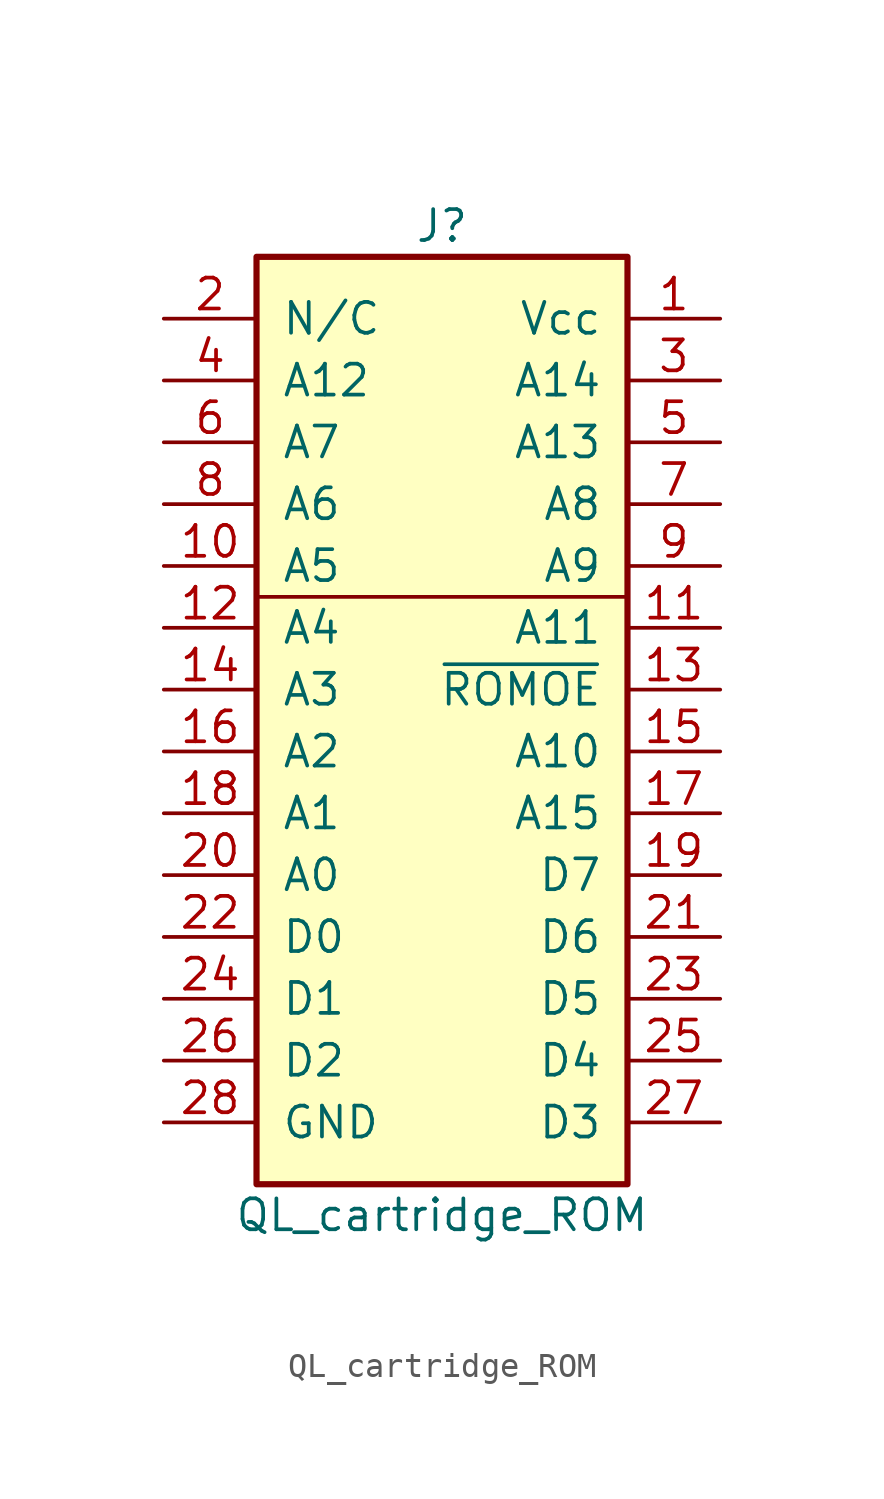
<source format=kicad_sym>
(kicad_symbol_lib
  (version 20241209)
  (generator "kicad_symbol_editor")
  (generator_version "9.0")
  (symbol "QL_cartridge_ROM"
    (pin_names
      (offset 1.016))
    (property "Reference" "J"
      (at 1.27 24.13 0)
      (effects (font (size 1.27 1.27))))
    (property "Value" "QL_cartridge_ROM"
      (at 1.27 -16.51 0)
      (effects (font (size 1.27 1.27))))
    (symbol "QL_cartridge_ROM_0_1"
      (polyline (pts (xy -6.35 8.89) (xy 8.89 8.89)) (stroke (width 0) (type default)) (fill (type none))))
    (symbol "QL_cartridge_ROM_1_1"
      (rectangle (start -6.35 22.86) (end 8.89 -15.24) (stroke (width 0.254) (type default)) (fill (type background)))
      (pin passive line (at -10.16 20.32 0) (length 3.81) (name "N/C" (effects (font (size 1.27 1.27)))) (number "2" (effects (font (size 1.27 1.27)))))
      (pin passive line (at -10.16 17.78 0) (length 3.81) (name "A12" (effects (font (size 1.27 1.27)))) (number "4" (effects (font (size 1.27 1.27)))))
      (pin passive line (at -10.16 15.24 0) (length 3.81) (name "A7" (effects (font (size 1.27 1.27)))) (number "6" (effects (font (size 1.27 1.27)))))
      (pin passive line (at -10.16 12.7 0) (length 3.81) (name "A6" (effects (font (size 1.27 1.27)))) (number "8" (effects (font (size 1.27 1.27)))))
      (pin passive line (at -10.16 10.16 0) (length 3.81) (name "A5" (effects (font (size 1.27 1.27)))) (number "10" (effects (font (size 1.27 1.27)))))
      (pin passive line (at -10.16 7.62 0) (length 3.81) (name "A4" (effects (font (size 1.27 1.27)))) (number "12" (effects (font (size 1.27 1.27)))))
      (pin passive line (at -10.16 5.08 0) (length 3.81) (name "A3" (effects (font (size 1.27 1.27)))) (number "14" (effects (font (size 1.27 1.27)))))
      (pin passive line (at -10.16 2.54 0) (length 3.81) (name "A2" (effects (font (size 1.27 1.27)))) (number "16" (effects (font (size 1.27 1.27)))))
      (pin passive line (at -10.16 0 0) (length 3.81) (name "A1" (effects (font (size 1.27 1.27)))) (number "18" (effects (font (size 1.27 1.27)))))
      (pin passive line (at -10.16 -2.54 0) (length 3.81) (name "A0" (effects (font (size 1.27 1.27)))) (number "20" (effects (font (size 1.27 1.27)))))
      (pin passive line (at -10.16 -5.08 0) (length 3.81) (name "D0" (effects (font (size 1.27 1.27)))) (number "22" (effects (font (size 1.27 1.27)))))
      (pin passive line (at -10.16 -7.62 0) (length 3.81) (name "D1" (effects (font (size 1.27 1.27)))) (number "24" (effects (font (size 1.27 1.27)))))
      (pin passive line (at -10.16 -10.16 0) (length 3.81) (name "D2" (effects (font (size 1.27 1.27)))) (number "26" (effects (font (size 1.27 1.27)))))
      (pin passive line (at -10.16 -12.7 0) (length 3.81) (name "GND" (effects (font (size 1.27 1.27)))) (number "28" (effects (font (size 1.27 1.27)))))
      (pin passive line (at 12.7 20.32 180) (length 3.81) (name "Vcc" (effects (font (size 1.27 1.27)))) (number "1" (effects (font (size 1.27 1.27)))))
      (pin passive line (at 12.7 17.78 180) (length 3.81) (name "A14" (effects (font (size 1.27 1.27)))) (number "3" (effects (font (size 1.27 1.27)))))
      (pin passive line (at 12.7 15.24 180) (length 3.81) (name "A13" (effects (font (size 1.27 1.27)))) (number "5" (effects (font (size 1.27 1.27)))))
      (pin passive line (at 12.7 12.7 180) (length 3.81) (name "A8" (effects (font (size 1.27 1.27)))) (number "7" (effects (font (size 1.27 1.27)))))
      (pin passive line (at 12.7 10.16 180) (length 3.81) (name "A9" (effects (font (size 1.27 1.27)))) (number "9" (effects (font (size 1.27 1.27)))))
      (pin passive line (at 12.7 7.62 180) (length 3.81) (name "A11" (effects (font (size 1.27 1.27)))) (number "11" (effects (font (size 1.27 1.27)))))
      (pin passive line (at 12.7 5.08 180) (length 3.81) (name "~{ROMOE}" (effects (font (size 1.27 1.27)))) (number "13" (effects (font (size 1.27 1.27)))))
      (pin passive line (at 12.7 2.54 180) (length 3.81) (name "A10" (effects (font (size 1.27 1.27)))) (number "15" (effects (font (size 1.27 1.27)))))
      (pin passive line (at 12.7 0 180) (length 3.81) (name "A15" (effects (font (size 1.27 1.27)))) (number "17" (effects (font (size 1.27 1.27)))))
      (pin passive line (at 12.7 -2.54 180) (length 3.81) (name "D7" (effects (font (size 1.27 1.27)))) (number "19" (effects (font (size 1.27 1.27)))))
      (pin passive line (at 12.7 -5.08 180) (length 3.81) (name "D6" (effects (font (size 1.27 1.27)))) (number "21" (effects (font (size 1.27 1.27)))))
      (pin passive line (at 12.7 -7.62 180) (length 3.81) (name "D5" (effects (font (size 1.27 1.27)))) (number "23" (effects (font (size 1.27 1.27)))))
      (pin passive line (at 12.7 -10.16 180) (length 3.81) (name "D4" (effects (font (size 1.27 1.27)))) (number "25" (effects (font (size 1.27 1.27)))))
      (pin passive line (at 12.7 -12.7 180) (length 3.81) (name "D3" (effects (font (size 1.27 1.27)))) (number "27" (effects (font (size 1.27 1.27))))))))
</source>
